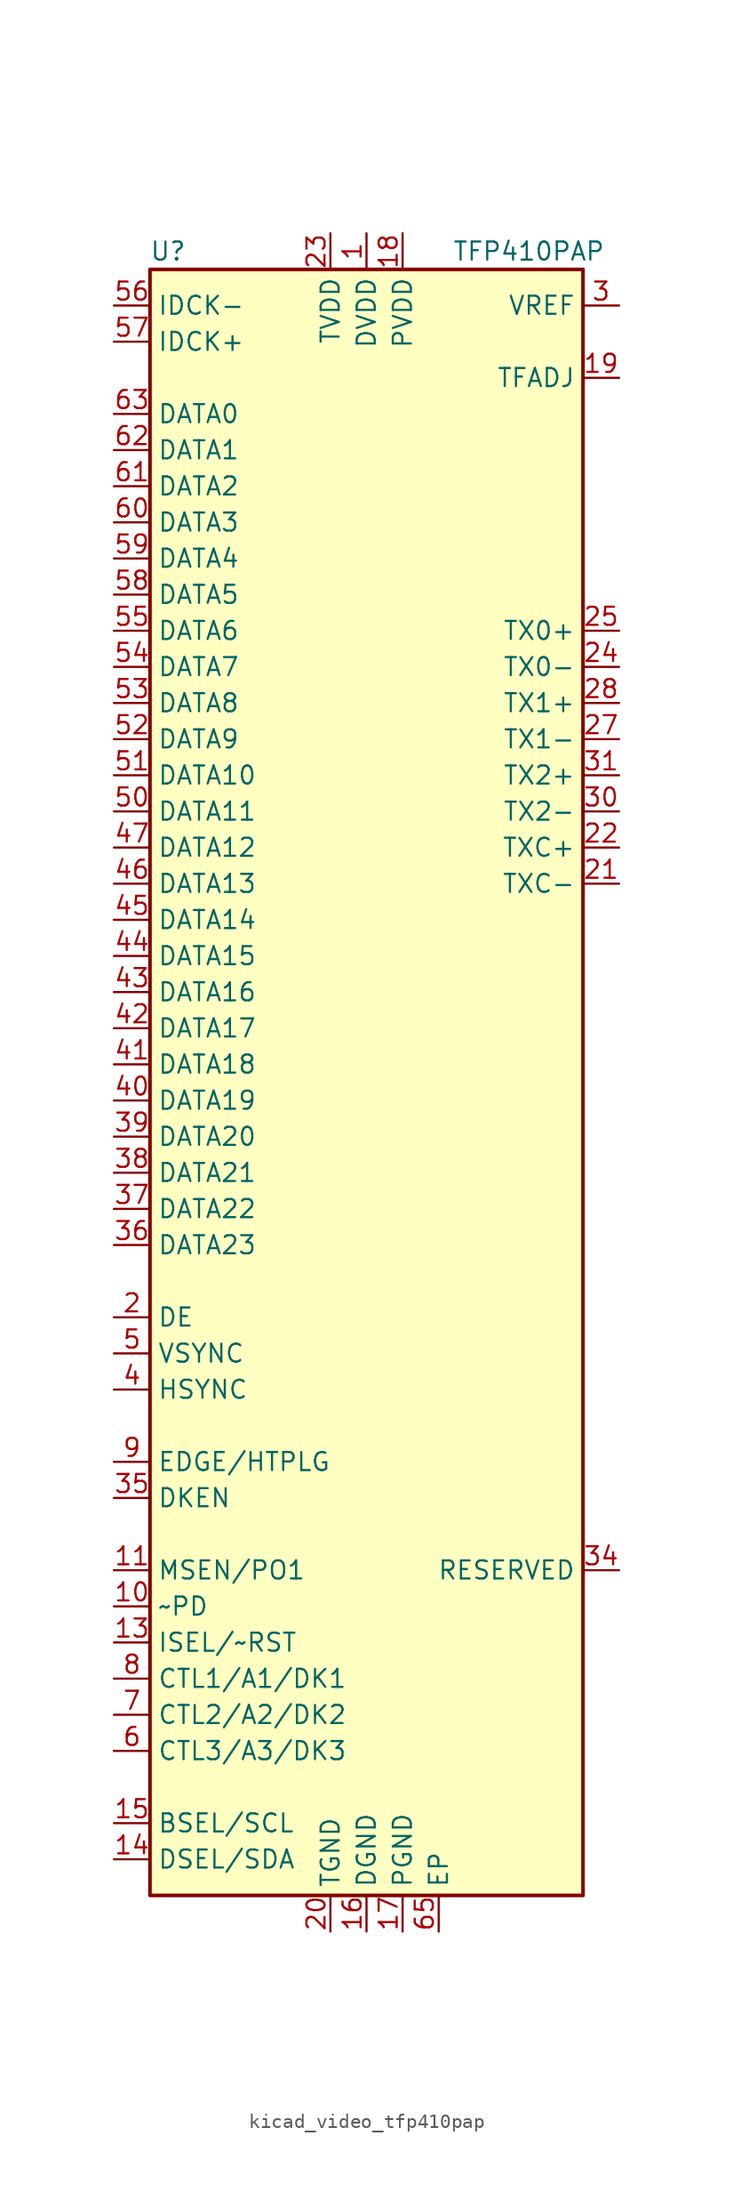
<source format=kicad_sym>
(kicad_symbol_lib
  (version 20220914)
  (generator kicad_symbol_editor)
  (symbol "kicad_video_tfp410pap"
    (property "Reference" "U"
      (at -13.97 57.15 0)
      (effects (font (size 1.27 1.27))))
    (property "Value" "TFP410PAP"
      (at 11.43 57.15 0)
      (effects (font (size 1.27 1.27))))
    (symbol "kicad_video_tfp410pap_0_1"
      (rectangle (start -15.24 55.88) (end 15.24 -58.42) (stroke (width 0.254) (type default)) (fill (type background))))
    (symbol "kicad_video_tfp410pap_1_1"
      (pin power_in line (at 0 58.42 270) (length 2.54) (name "DVDD" (effects (font (size 1.27 1.27)))) (number "1" (effects (font (size 1.27 1.27)))))
      (pin input line (at -17.78 -38.1 0) (length 2.54) (name "~PD" (effects (font (size 1.27 1.27)))) (number "10" (effects (font (size 1.27 1.27)))))
      (pin output line (at -17.78 -35.56 0) (length 2.54) (name "MSEN/PO1" (effects (font (size 1.27 1.27)))) (number "11" (effects (font (size 1.27 1.27)))))
      (pin passive line (at 0 58.42 270) (length 2.54) hide (name "DVDD" (effects (font (size 1.27 1.27)))) (number "12" (effects (font (size 1.27 1.27)))))
      (pin input line (at -17.78 -40.64 0) (length 2.54) (name "ISEL/~RST" (effects (font (size 1.27 1.27)))) (number "13" (effects (font (size 1.27 1.27)))))
      (pin bidirectional line (at -17.78 -55.88 0) (length 2.54) (name "DSEL/SDA" (effects (font (size 1.27 1.27)))) (number "14" (effects (font (size 1.27 1.27)))))
      (pin input line (at -17.78 -53.34 0) (length 2.54) (name "BSEL/SCL" (effects (font (size 1.27 1.27)))) (number "15" (effects (font (size 1.27 1.27)))))
      (pin power_in line (at 0 -60.96 90) (length 2.54) (name "DGND" (effects (font (size 1.27 1.27)))) (number "16" (effects (font (size 1.27 1.27)))))
      (pin power_in line (at 2.54 -60.96 90) (length 2.54) (name "PGND" (effects (font (size 1.27 1.27)))) (number "17" (effects (font (size 1.27 1.27)))))
      (pin power_in line (at 2.54 58.42 270) (length 2.54) (name "PVDD" (effects (font (size 1.27 1.27)))) (number "18" (effects (font (size 1.27 1.27)))))
      (pin input line (at 17.78 48.26 180) (length 2.54) (name "TFADJ" (effects (font (size 1.27 1.27)))) (number "19" (effects (font (size 1.27 1.27)))))
      (pin input line (at -17.78 -17.78 0) (length 2.54) (name "DE" (effects (font (size 1.27 1.27)))) (number "2" (effects (font (size 1.27 1.27)))))
      (pin power_in line (at -2.54 -60.96 90) (length 2.54) (name "TGND" (effects (font (size 1.27 1.27)))) (number "20" (effects (font (size 1.27 1.27)))))
      (pin output line (at 17.78 12.7 180) (length 2.54) (name "TXC-" (effects (font (size 1.27 1.27)))) (number "21" (effects (font (size 1.27 1.27)))))
      (pin output line (at 17.78 15.24 180) (length 2.54) (name "TXC+" (effects (font (size 1.27 1.27)))) (number "22" (effects (font (size 1.27 1.27)))))
      (pin power_in line (at -2.54 58.42 270) (length 2.54) (name "TVDD" (effects (font (size 1.27 1.27)))) (number "23" (effects (font (size 1.27 1.27)))))
      (pin output line (at 17.78 27.94 180) (length 2.54) (name "TX0-" (effects (font (size 1.27 1.27)))) (number "24" (effects (font (size 1.27 1.27)))))
      (pin output line (at 17.78 30.48 180) (length 2.54) (name "TX0+" (effects (font (size 1.27 1.27)))) (number "25" (effects (font (size 1.27 1.27)))))
      (pin passive line (at -2.54 -60.96 90) (length 2.54) hide (name "TGND" (effects (font (size 1.27 1.27)))) (number "26" (effects (font (size 1.27 1.27)))))
      (pin output line (at 17.78 22.86 180) (length 2.54) (name "TX1-" (effects (font (size 1.27 1.27)))) (number "27" (effects (font (size 1.27 1.27)))))
      (pin output line (at 17.78 25.4 180) (length 2.54) (name "TX1+" (effects (font (size 1.27 1.27)))) (number "28" (effects (font (size 1.27 1.27)))))
      (pin passive line (at -2.54 58.42 270) (length 2.54) hide (name "TVDD" (effects (font (size 1.27 1.27)))) (number "29" (effects (font (size 1.27 1.27)))))
      (pin input line (at 17.78 53.34 180) (length 2.54) (name "VREF" (effects (font (size 1.27 1.27)))) (number "3" (effects (font (size 1.27 1.27)))))
      (pin output line (at 17.78 17.78 180) (length 2.54) (name "TX2-" (effects (font (size 1.27 1.27)))) (number "30" (effects (font (size 1.27 1.27)))))
      (pin output line (at 17.78 20.32 180) (length 2.54) (name "TX2+" (effects (font (size 1.27 1.27)))) (number "31" (effects (font (size 1.27 1.27)))))
      (pin passive line (at -2.54 -60.96 90) (length 2.54) hide (name "TGND" (effects (font (size 1.27 1.27)))) (number "32" (effects (font (size 1.27 1.27)))))
      (pin passive line (at 0 58.42 270) (length 2.54) hide (name "DVDD" (effects (font (size 1.27 1.27)))) (number "33" (effects (font (size 1.27 1.27)))))
      (pin input line (at 17.78 -35.56 180) (length 2.54) (name "RESERVED" (effects (font (size 1.27 1.27)))) (number "34" (effects (font (size 1.27 1.27)))))
      (pin input line (at -17.78 -30.48 0) (length 2.54) (name "DKEN" (effects (font (size 1.27 1.27)))) (number "35" (effects (font (size 1.27 1.27)))))
      (pin input line (at -17.78 -12.7 0) (length 2.54) (name "DATA23" (effects (font (size 1.27 1.27)))) (number "36" (effects (font (size 1.27 1.27)))))
      (pin input line (at -17.78 -10.16 0) (length 2.54) (name "DATA22" (effects (font (size 1.27 1.27)))) (number "37" (effects (font (size 1.27 1.27)))))
      (pin input line (at -17.78 -7.62 0) (length 2.54) (name "DATA21" (effects (font (size 1.27 1.27)))) (number "38" (effects (font (size 1.27 1.27)))))
      (pin input line (at -17.78 -5.08 0) (length 2.54) (name "DATA20" (effects (font (size 1.27 1.27)))) (number "39" (effects (font (size 1.27 1.27)))))
      (pin input line (at -17.78 -22.86 0) (length 2.54) (name "HSYNC" (effects (font (size 1.27 1.27)))) (number "4" (effects (font (size 1.27 1.27)))))
      (pin input line (at -17.78 -2.54 0) (length 2.54) (name "DATA19" (effects (font (size 1.27 1.27)))) (number "40" (effects (font (size 1.27 1.27)))))
      (pin input line (at -17.78 0 0) (length 2.54) (name "DATA18" (effects (font (size 1.27 1.27)))) (number "41" (effects (font (size 1.27 1.27)))))
      (pin input line (at -17.78 2.54 0) (length 2.54) (name "DATA17" (effects (font (size 1.27 1.27)))) (number "42" (effects (font (size 1.27 1.27)))))
      (pin input line (at -17.78 5.08 0) (length 2.54) (name "DATA16" (effects (font (size 1.27 1.27)))) (number "43" (effects (font (size 1.27 1.27)))))
      (pin input line (at -17.78 7.62 0) (length 2.54) (name "DATA15" (effects (font (size 1.27 1.27)))) (number "44" (effects (font (size 1.27 1.27)))))
      (pin input line (at -17.78 10.16 0) (length 2.54) (name "DATA14" (effects (font (size 1.27 1.27)))) (number "45" (effects (font (size 1.27 1.27)))))
      (pin input line (at -17.78 12.7 0) (length 2.54) (name "DATA13" (effects (font (size 1.27 1.27)))) (number "46" (effects (font (size 1.27 1.27)))))
      (pin input line (at -17.78 15.24 0) (length 2.54) (name "DATA12" (effects (font (size 1.27 1.27)))) (number "47" (effects (font (size 1.27 1.27)))))
      (pin passive line (at 0 -60.96 90) (length 2.54) hide (name "DGND" (effects (font (size 1.27 1.27)))) (number "48" (effects (font (size 1.27 1.27)))))
      (pin no_connect line (at 15.24 -33.02 180) (length 2.54) hide (name "NC" (effects (font (size 1.27 1.27)))) (number "49" (effects (font (size 1.27 1.27)))))
      (pin input line (at -17.78 -20.32 0) (length 2.54) (name "VSYNC" (effects (font (size 1.27 1.27)))) (number "5" (effects (font (size 1.27 1.27)))))
      (pin input line (at -17.78 17.78 0) (length 2.54) (name "DATA11" (effects (font (size 1.27 1.27)))) (number "50" (effects (font (size 1.27 1.27)))))
      (pin input line (at -17.78 20.32 0) (length 2.54) (name "DATA10" (effects (font (size 1.27 1.27)))) (number "51" (effects (font (size 1.27 1.27)))))
      (pin input line (at -17.78 22.86 0) (length 2.54) (name "DATA9" (effects (font (size 1.27 1.27)))) (number "52" (effects (font (size 1.27 1.27)))))
      (pin input line (at -17.78 25.4 0) (length 2.54) (name "DATA8" (effects (font (size 1.27 1.27)))) (number "53" (effects (font (size 1.27 1.27)))))
      (pin input line (at -17.78 27.94 0) (length 2.54) (name "DATA7" (effects (font (size 1.27 1.27)))) (number "54" (effects (font (size 1.27 1.27)))))
      (pin input line (at -17.78 30.48 0) (length 2.54) (name "DATA6" (effects (font (size 1.27 1.27)))) (number "55" (effects (font (size 1.27 1.27)))))
      (pin input line (at -17.78 53.34 0) (length 2.54) (name "IDCK-" (effects (font (size 1.27 1.27)))) (number "56" (effects (font (size 1.27 1.27)))))
      (pin input line (at -17.78 50.8 0) (length 2.54) (name "IDCK+" (effects (font (size 1.27 1.27)))) (number "57" (effects (font (size 1.27 1.27)))))
      (pin input line (at -17.78 33.02 0) (length 2.54) (name "DATA5" (effects (font (size 1.27 1.27)))) (number "58" (effects (font (size 1.27 1.27)))))
      (pin input line (at -17.78 35.56 0) (length 2.54) (name "DATA4" (effects (font (size 1.27 1.27)))) (number "59" (effects (font (size 1.27 1.27)))))
      (pin input line (at -17.78 -48.26 0) (length 2.54) (name "CTL3/A3/DK3" (effects (font (size 1.27 1.27)))) (number "6" (effects (font (size 1.27 1.27)))))
      (pin input line (at -17.78 38.1 0) (length 2.54) (name "DATA3" (effects (font (size 1.27 1.27)))) (number "60" (effects (font (size 1.27 1.27)))))
      (pin input line (at -17.78 40.64 0) (length 2.54) (name "DATA2" (effects (font (size 1.27 1.27)))) (number "61" (effects (font (size 1.27 1.27)))))
      (pin input line (at -17.78 43.18 0) (length 2.54) (name "DATA1" (effects (font (size 1.27 1.27)))) (number "62" (effects (font (size 1.27 1.27)))))
      (pin input line (at -17.78 45.72 0) (length 2.54) (name "DATA0" (effects (font (size 1.27 1.27)))) (number "63" (effects (font (size 1.27 1.27)))))
      (pin passive line (at 0 -60.96 90) (length 2.54) hide (name "DGND" (effects (font (size 1.27 1.27)))) (number "64" (effects (font (size 1.27 1.27)))))
      (pin power_in line (at 5.08 -60.96 90) (length 2.54) (name "EP" (effects (font (size 1.27 1.27)))) (number "65" (effects (font (size 1.27 1.27)))))
      (pin input line (at -17.78 -45.72 0) (length 2.54) (name "CTL2/A2/DK2" (effects (font (size 1.27 1.27)))) (number "7" (effects (font (size 1.27 1.27)))))
      (pin input line (at -17.78 -43.18 0) (length 2.54) (name "CTL1/A1/DK1" (effects (font (size 1.27 1.27)))) (number "8" (effects (font (size 1.27 1.27)))))
      (pin input line (at -17.78 -27.94 0) (length 2.54) (name "EDGE/HTPLG" (effects (font (size 1.27 1.27)))) (number "9" (effects (font (size 1.27 1.27))))))))
</source>
